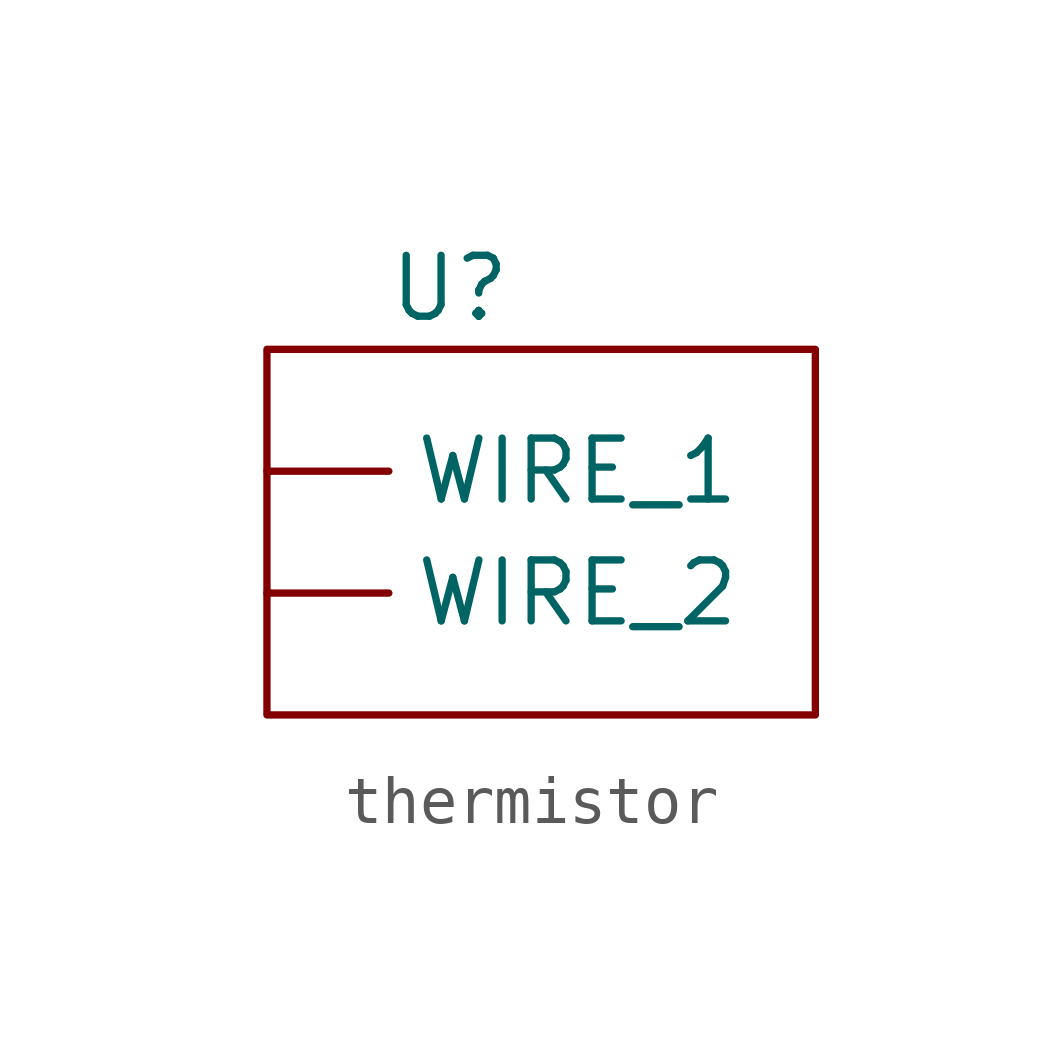
<source format=kicad_sym>
(kicad_symbol_lib
  (version 20231120)
  (generator "kicad_symbol_editor")
  (generator_version "8.0")
  (symbol "thermistor"
    (property "Reference" "U"
      (at 0 0 0)
      (effects (font (size 1.27 1.27))))
    (property "Value" ""
      (at 0 0 0)
      (effects (font (size 1.27 1.27))))
    (symbol "thermistor_0_1"
      (rectangle (start -3.81 -1.27) (end 7.62 -8.89) (stroke (width 0) (type default)) (fill (type none))))
    (symbol "thermistor_1_1"
      (pin bidirectional line (at -3.81 -3.81 0) (length 2.54) (name "WIRE_1" (effects (font (size 1.27 1.27)))) (number "" (effects (font (size 1.27 1.27)))))
      (pin bidirectional line (at -3.81 -6.35 0) (length 2.54) (name "WIRE_2" (effects (font (size 1.27 1.27)))) (number "" (effects (font (size 1.27 1.27))))))))
</source>
